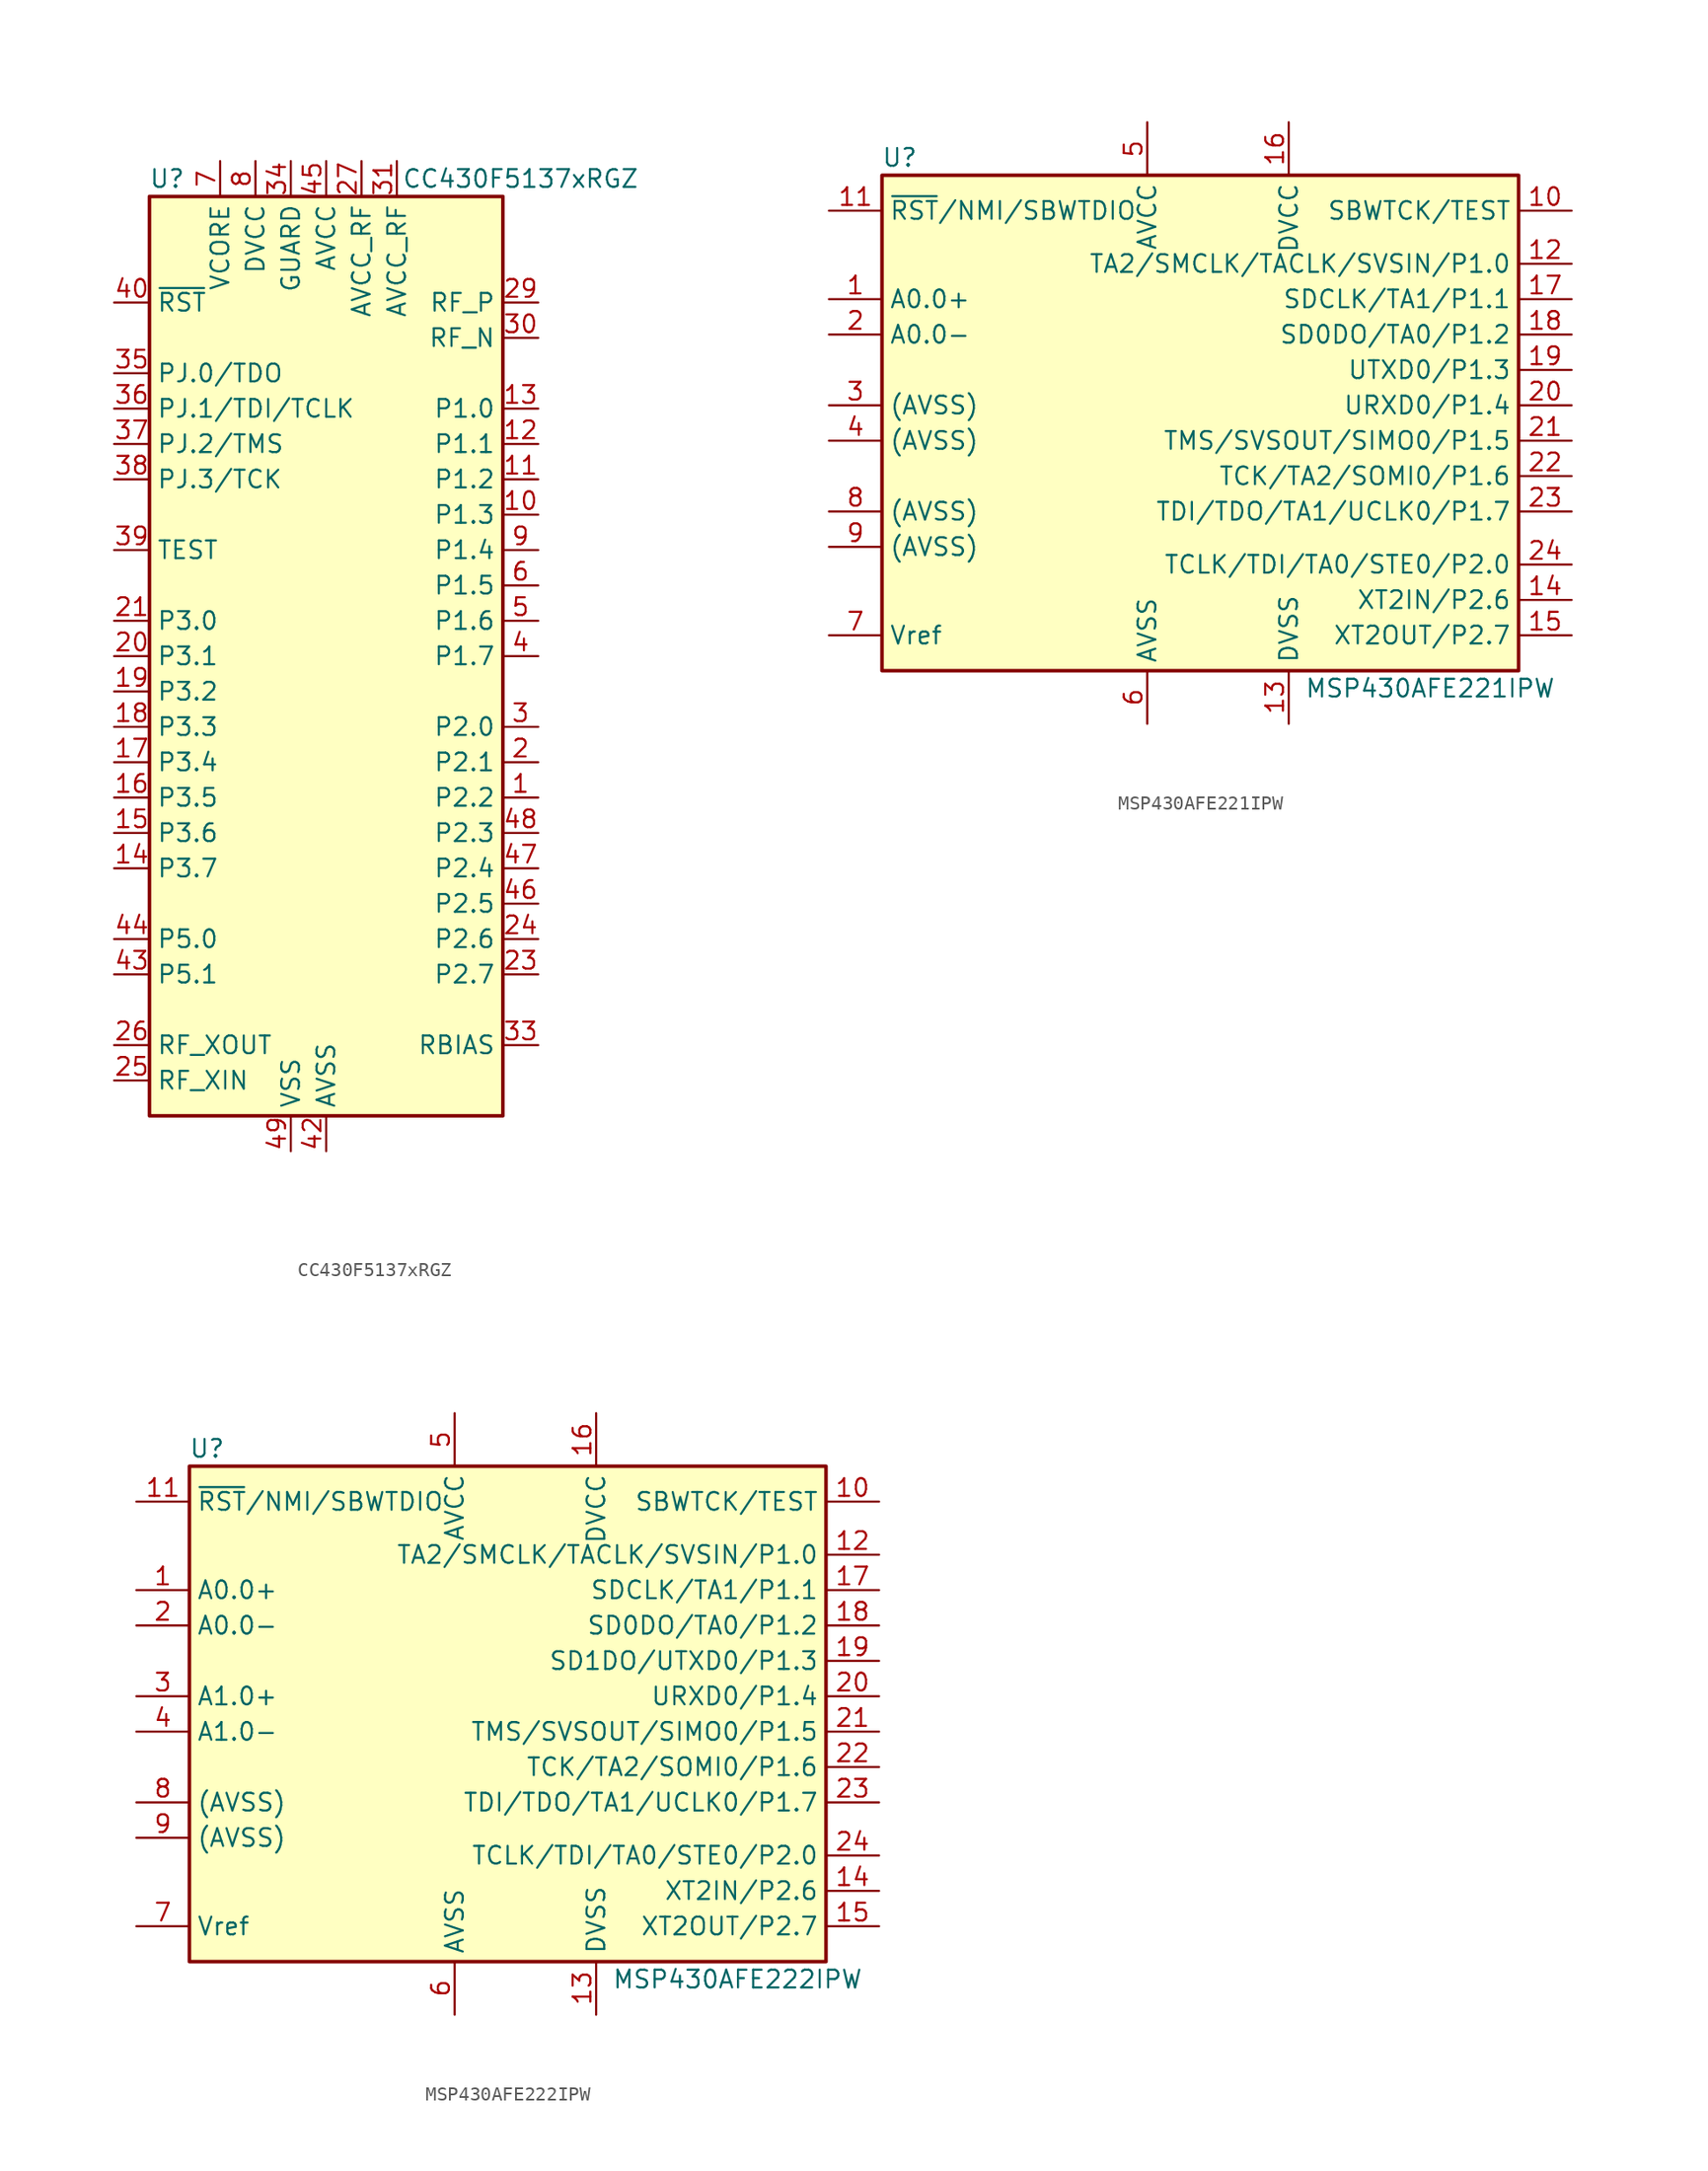
<source format=kicad_sym>
(kicad_symbol_lib
  (version 20241209)
  (generator "kicad_symbol_editor")
  (generator_version "9.0")
  (symbol "CC430F5137xRGZ"
    (property "Reference" "U"
      (at -11.43 34.29 0)
      (effects (font (size 1.27 1.27))))
    (property "Value" "CC430F5137xRGZ"
      (at 13.97 34.29 0)
      (effects (font (size 1.27 1.27))))
    (symbol "CC430F5137xRGZ_0_1"
      (rectangle (start -12.7 33.02) (end 12.7 -33.02) (stroke (width 0.254) (type default)) (fill (type background))))
    (symbol "CC430F5137xRGZ_1_1"
      (pin input line (at -15.24 25.4 0) (length 2.54) (name "~{RST}" (effects (font (size 1.27 1.27)))) (number "40" (effects (font (size 1.27 1.27)))))
      (pin bidirectional line (at -15.24 20.32 0) (length 2.54) (name "PJ.0/TDO" (effects (font (size 1.27 1.27)))) (number "35" (effects (font (size 1.27 1.27)))))
      (pin bidirectional line (at -15.24 17.78 0) (length 2.54) (name "PJ.1/TDI/TCLK" (effects (font (size 1.27 1.27)))) (number "36" (effects (font (size 1.27 1.27)))))
      (pin bidirectional line (at -15.24 15.24 0) (length 2.54) (name "PJ.2/TMS" (effects (font (size 1.27 1.27)))) (number "37" (effects (font (size 1.27 1.27)))))
      (pin bidirectional line (at -15.24 12.7 0) (length 2.54) (name "PJ.3/TCK" (effects (font (size 1.27 1.27)))) (number "38" (effects (font (size 1.27 1.27)))))
      (pin bidirectional line (at -15.24 7.62 0) (length 2.54) (name "TEST" (effects (font (size 1.27 1.27)))) (number "39" (effects (font (size 1.27 1.27)))))
      (pin bidirectional line (at -15.24 2.54 0) (length 2.54) (name "P3.0" (effects (font (size 1.27 1.27)))) (number "21" (effects (font (size 1.27 1.27)))))
      (pin bidirectional line (at -15.24 0 0) (length 2.54) (name "P3.1" (effects (font (size 1.27 1.27)))) (number "20" (effects (font (size 1.27 1.27)))))
      (pin bidirectional line (at -15.24 -2.54 0) (length 2.54) (name "P3.2" (effects (font (size 1.27 1.27)))) (number "19" (effects (font (size 1.27 1.27)))))
      (pin bidirectional line (at -15.24 -5.08 0) (length 2.54) (name "P3.3" (effects (font (size 1.27 1.27)))) (number "18" (effects (font (size 1.27 1.27)))))
      (pin bidirectional line (at -15.24 -7.62 0) (length 2.54) (name "P3.4" (effects (font (size 1.27 1.27)))) (number "17" (effects (font (size 1.27 1.27)))))
      (pin bidirectional line (at -15.24 -10.16 0) (length 2.54) (name "P3.5" (effects (font (size 1.27 1.27)))) (number "16" (effects (font (size 1.27 1.27)))))
      (pin bidirectional line (at -15.24 -12.7 0) (length 2.54) (name "P3.6" (effects (font (size 1.27 1.27)))) (number "15" (effects (font (size 1.27 1.27)))))
      (pin bidirectional line (at -15.24 -15.24 0) (length 2.54) (name "P3.7" (effects (font (size 1.27 1.27)))) (number "14" (effects (font (size 1.27 1.27)))))
      (pin bidirectional line (at -15.24 -20.32 0) (length 2.54) (name "P5.0" (effects (font (size 1.27 1.27)))) (number "44" (effects (font (size 1.27 1.27)))))
      (pin bidirectional line (at -15.24 -22.86 0) (length 2.54) (name "P5.1" (effects (font (size 1.27 1.27)))) (number "43" (effects (font (size 1.27 1.27)))))
      (pin output line (at -15.24 -27.94 0) (length 2.54) (name "RF_XOUT" (effects (font (size 1.27 1.27)))) (number "26" (effects (font (size 1.27 1.27)))))
      (pin input line (at -15.24 -30.48 0) (length 2.54) (name "RF_XIN" (effects (font (size 1.27 1.27)))) (number "25" (effects (font (size 1.27 1.27)))))
      (pin power_in line (at -7.62 35.56 270) (length 2.54) (name "VCORE" (effects (font (size 1.27 1.27)))) (number "7" (effects (font (size 1.27 1.27)))))
      (pin passive line (at -5.08 35.56 270) (length 2.54) (hide yes) (name "DVCC" (effects (font (size 1.27 1.27)))) (number "22" (effects (font (size 1.27 1.27)))))
      (pin passive line (at -5.08 35.56 270) (length 2.54) (hide yes) (name "DVCC" (effects (font (size 1.27 1.27)))) (number "41" (effects (font (size 1.27 1.27)))))
      (pin power_in line (at -5.08 35.56 270) (length 2.54) (name "DVCC" (effects (font (size 1.27 1.27)))) (number "8" (effects (font (size 1.27 1.27)))))
      (pin power_in line (at -2.54 35.56 270) (length 2.54) (name "GUARD" (effects (font (size 1.27 1.27)))) (number "34" (effects (font (size 1.27 1.27)))))
      (pin power_in line (at -2.54 -35.56 90) (length 2.54) (name "VSS" (effects (font (size 1.27 1.27)))) (number "49" (effects (font (size 1.27 1.27)))))
      (pin power_in line (at 0 35.56 270) (length 2.54) (name "AVCC" (effects (font (size 1.27 1.27)))) (number "45" (effects (font (size 1.27 1.27)))))
      (pin power_in line (at 0 -35.56 90) (length 2.54) (name "AVSS" (effects (font (size 1.27 1.27)))) (number "42" (effects (font (size 1.27 1.27)))))
      (pin power_in line (at 2.54 35.56 270) (length 2.54) (name "AVCC_RF" (effects (font (size 1.27 1.27)))) (number "27" (effects (font (size 1.27 1.27)))))
      (pin passive line (at 2.54 35.56 270) (length 2.54) (hide yes) (name "AVCC_RF" (effects (font (size 1.27 1.27)))) (number "28" (effects (font (size 1.27 1.27)))))
      (pin power_in line (at 5.08 35.56 270) (length 2.54) (name "AVCC_RF" (effects (font (size 1.27 1.27)))) (number "31" (effects (font (size 1.27 1.27)))))
      (pin passive line (at 5.08 35.56 270) (length 2.54) (hide yes) (name "AVCC_RF" (effects (font (size 1.27 1.27)))) (number "32" (effects (font (size 1.27 1.27)))))
      (pin passive line (at 15.24 25.4 180) (length 2.54) (name "RF_P" (effects (font (size 1.27 1.27)))) (number "29" (effects (font (size 1.27 1.27)))))
      (pin passive line (at 15.24 22.86 180) (length 2.54) (name "RF_N" (effects (font (size 1.27 1.27)))) (number "30" (effects (font (size 1.27 1.27)))))
      (pin bidirectional line (at 15.24 17.78 180) (length 2.54) (name "P1.0" (effects (font (size 1.27 1.27)))) (number "13" (effects (font (size 1.27 1.27)))))
      (pin bidirectional line (at 15.24 15.24 180) (length 2.54) (name "P1.1" (effects (font (size 1.27 1.27)))) (number "12" (effects (font (size 1.27 1.27)))))
      (pin bidirectional line (at 15.24 12.7 180) (length 2.54) (name "P1.2" (effects (font (size 1.27 1.27)))) (number "11" (effects (font (size 1.27 1.27)))))
      (pin bidirectional line (at 15.24 10.16 180) (length 2.54) (name "P1.3" (effects (font (size 1.27 1.27)))) (number "10" (effects (font (size 1.27 1.27)))))
      (pin bidirectional line (at 15.24 7.62 180) (length 2.54) (name "P1.4" (effects (font (size 1.27 1.27)))) (number "9" (effects (font (size 1.27 1.27)))))
      (pin bidirectional line (at 15.24 5.08 180) (length 2.54) (name "P1.5" (effects (font (size 1.27 1.27)))) (number "6" (effects (font (size 1.27 1.27)))))
      (pin bidirectional line (at 15.24 2.54 180) (length 2.54) (name "P1.6" (effects (font (size 1.27 1.27)))) (number "5" (effects (font (size 1.27 1.27)))))
      (pin bidirectional line (at 15.24 0 180) (length 2.54) (name "P1.7" (effects (font (size 1.27 1.27)))) (number "4" (effects (font (size 1.27 1.27)))))
      (pin bidirectional line (at 15.24 -5.08 180) (length 2.54) (name "P2.0" (effects (font (size 1.27 1.27)))) (number "3" (effects (font (size 1.27 1.27)))))
      (pin bidirectional line (at 15.24 -7.62 180) (length 2.54) (name "P2.1" (effects (font (size 1.27 1.27)))) (number "2" (effects (font (size 1.27 1.27)))))
      (pin bidirectional line (at 15.24 -10.16 180) (length 2.54) (name "P2.2" (effects (font (size 1.27 1.27)))) (number "1" (effects (font (size 1.27 1.27)))))
      (pin bidirectional line (at 15.24 -12.7 180) (length 2.54) (name "P2.3" (effects (font (size 1.27 1.27)))) (number "48" (effects (font (size 1.27 1.27)))))
      (pin bidirectional line (at 15.24 -15.24 180) (length 2.54) (name "P2.4" (effects (font (size 1.27 1.27)))) (number "47" (effects (font (size 1.27 1.27)))))
      (pin bidirectional line (at 15.24 -17.78 180) (length 2.54) (name "P2.5" (effects (font (size 1.27 1.27)))) (number "46" (effects (font (size 1.27 1.27)))))
      (pin bidirectional line (at 15.24 -20.32 180) (length 2.54) (name "P2.6" (effects (font (size 1.27 1.27)))) (number "24" (effects (font (size 1.27 1.27)))))
      (pin bidirectional line (at 15.24 -22.86 180) (length 2.54) (name "P2.7" (effects (font (size 1.27 1.27)))) (number "23" (effects (font (size 1.27 1.27)))))
      (pin passive line (at 15.24 -27.94 180) (length 2.54) (name "RBIAS" (effects (font (size 1.27 1.27)))) (number "33" (effects (font (size 1.27 1.27)))))))
  (symbol "MSP430AFE221IPW"
    (property "Reference" "U"
      (at -22.86 19.05 0)
      (effects (font (size 1.27 1.27))))
    (property "Value" "MSP430AFE221IPW"
      (at 15.24 -19.05 0)
      (effects (font (size 1.27 1.27))))
    (symbol "MSP430AFE221IPW_0_1"
      (rectangle (start -24.13 17.78) (end 21.59 -17.78) (stroke (width 0.254) (type default)) (fill (type background))))
    (symbol "MSP430AFE221IPW_1_1"
      (pin input line (at -27.94 15.24 0) (length 3.81) (name "~{RST}/NMI/SBWTDIO" (effects (font (size 1.27 1.27)))) (number "11" (effects (font (size 1.27 1.27)))))
      (pin passive line (at -27.94 8.89 0) (length 3.81) (name "A0.0+" (effects (font (size 1.27 1.27)))) (number "1" (effects (font (size 1.27 1.27)))))
      (pin passive line (at -27.94 6.35 0) (length 3.81) (name "A0.0-" (effects (font (size 1.27 1.27)))) (number "2" (effects (font (size 1.27 1.27)))))
      (pin passive line (at -27.94 1.27 0) (length 3.81) (name "(AVSS)" (effects (font (size 1.27 1.27)))) (number "3" (effects (font (size 1.27 1.27)))))
      (pin passive line (at -27.94 -1.27 0) (length 3.81) (name "(AVSS)" (effects (font (size 1.27 1.27)))) (number "4" (effects (font (size 1.27 1.27)))))
      (pin passive line (at -27.94 -6.35 0) (length 3.81) (name "(AVSS)" (effects (font (size 1.27 1.27)))) (number "8" (effects (font (size 1.27 1.27)))))
      (pin passive line (at -27.94 -8.89 0) (length 3.81) (name "(AVSS)" (effects (font (size 1.27 1.27)))) (number "9" (effects (font (size 1.27 1.27)))))
      (pin passive line (at -27.94 -15.24 0) (length 3.81) (name "Vref" (effects (font (size 1.27 1.27)))) (number "7" (effects (font (size 1.27 1.27)))))
      (pin power_in line (at -5.08 21.59 270) (length 3.81) (name "AVCC" (effects (font (size 1.27 1.27)))) (number "5" (effects (font (size 1.27 1.27)))))
      (pin power_in line (at -5.08 -21.59 90) (length 3.81) (name "AVSS" (effects (font (size 1.27 1.27)))) (number "6" (effects (font (size 1.27 1.27)))))
      (pin power_in line (at 5.08 21.59 270) (length 3.81) (name "DVCC" (effects (font (size 1.27 1.27)))) (number "16" (effects (font (size 1.27 1.27)))))
      (pin power_in line (at 5.08 -21.59 90) (length 3.81) (name "DVSS" (effects (font (size 1.27 1.27)))) (number "13" (effects (font (size 1.27 1.27)))))
      (pin input line (at 25.4 15.24 180) (length 3.81) (name "SBWTCK/TEST" (effects (font (size 1.27 1.27)))) (number "10" (effects (font (size 1.27 1.27)))))
      (pin bidirectional line (at 25.4 11.43 180) (length 3.81) (name "TA2/SMCLK/TACLK/SVSIN/P1.0" (effects (font (size 1.27 1.27)))) (number "12" (effects (font (size 1.27 1.27)))))
      (pin bidirectional line (at 25.4 8.89 180) (length 3.81) (name "SDCLK/TA1/P1.1" (effects (font (size 1.27 1.27)))) (number "17" (effects (font (size 1.27 1.27)))))
      (pin bidirectional line (at 25.4 6.35 180) (length 3.81) (name "SD0DO/TA0/P1.2" (effects (font (size 1.27 1.27)))) (number "18" (effects (font (size 1.27 1.27)))))
      (pin bidirectional line (at 25.4 3.81 180) (length 3.81) (name "UTXD0/P1.3" (effects (font (size 1.27 1.27)))) (number "19" (effects (font (size 1.27 1.27)))))
      (pin bidirectional line (at 25.4 1.27 180) (length 3.81) (name "URXD0/P1.4" (effects (font (size 1.27 1.27)))) (number "20" (effects (font (size 1.27 1.27)))))
      (pin bidirectional line (at 25.4 -1.27 180) (length 3.81) (name "TMS/SVSOUT/SIMO0/P1.5" (effects (font (size 1.27 1.27)))) (number "21" (effects (font (size 1.27 1.27)))))
      (pin bidirectional line (at 25.4 -3.81 180) (length 3.81) (name "TCK/TA2/SOMI0/P1.6" (effects (font (size 1.27 1.27)))) (number "22" (effects (font (size 1.27 1.27)))))
      (pin bidirectional line (at 25.4 -6.35 180) (length 3.81) (name "TDI/TDO/TA1/UCLK0/P1.7" (effects (font (size 1.27 1.27)))) (number "23" (effects (font (size 1.27 1.27)))))
      (pin bidirectional line (at 25.4 -10.16 180) (length 3.81) (name "TCLK/TDI/TA0/STE0/P2.0" (effects (font (size 1.27 1.27)))) (number "24" (effects (font (size 1.27 1.27)))))
      (pin bidirectional line (at 25.4 -12.7 180) (length 3.81) (name "XT2IN/P2.6" (effects (font (size 1.27 1.27)))) (number "14" (effects (font (size 1.27 1.27)))))
      (pin bidirectional line (at 25.4 -15.24 180) (length 3.81) (name "XT2OUT/P2.7" (effects (font (size 1.27 1.27)))) (number "15" (effects (font (size 1.27 1.27)))))))
  (symbol "MSP430AFE222IPW"
    (property "Reference" "U"
      (at -22.86 19.05 0)
      (effects (font (size 1.27 1.27))))
    (property "Value" "MSP430AFE222IPW"
      (at 15.24 -19.05 0)
      (effects (font (size 1.27 1.27))))
    (symbol "MSP430AFE222IPW_0_1"
      (rectangle (start -24.13 17.78) (end 21.59 -17.78) (stroke (width 0.254) (type default)) (fill (type background))))
    (symbol "MSP430AFE222IPW_1_1"
      (pin input line (at -27.94 15.24 0) (length 3.81) (name "~{RST}/NMI/SBWTDIO" (effects (font (size 1.27 1.27)))) (number "11" (effects (font (size 1.27 1.27)))))
      (pin passive line (at -27.94 8.89 0) (length 3.81) (name "A0.0+" (effects (font (size 1.27 1.27)))) (number "1" (effects (font (size 1.27 1.27)))))
      (pin passive line (at -27.94 6.35 0) (length 3.81) (name "A0.0-" (effects (font (size 1.27 1.27)))) (number "2" (effects (font (size 1.27 1.27)))))
      (pin passive line (at -27.94 1.27 0) (length 3.81) (name "A1.0+" (effects (font (size 1.27 1.27)))) (number "3" (effects (font (size 1.27 1.27)))))
      (pin passive line (at -27.94 -1.27 0) (length 3.81) (name "A1.0-" (effects (font (size 1.27 1.27)))) (number "4" (effects (font (size 1.27 1.27)))))
      (pin passive line (at -27.94 -6.35 0) (length 3.81) (name "(AVSS)" (effects (font (size 1.27 1.27)))) (number "8" (effects (font (size 1.27 1.27)))))
      (pin passive line (at -27.94 -8.89 0) (length 3.81) (name "(AVSS)" (effects (font (size 1.27 1.27)))) (number "9" (effects (font (size 1.27 1.27)))))
      (pin passive line (at -27.94 -15.24 0) (length 3.81) (name "Vref" (effects (font (size 1.27 1.27)))) (number "7" (effects (font (size 1.27 1.27)))))
      (pin power_in line (at -5.08 21.59 270) (length 3.81) (name "AVCC" (effects (font (size 1.27 1.27)))) (number "5" (effects (font (size 1.27 1.27)))))
      (pin power_in line (at -5.08 -21.59 90) (length 3.81) (name "AVSS" (effects (font (size 1.27 1.27)))) (number "6" (effects (font (size 1.27 1.27)))))
      (pin power_in line (at 5.08 21.59 270) (length 3.81) (name "DVCC" (effects (font (size 1.27 1.27)))) (number "16" (effects (font (size 1.27 1.27)))))
      (pin power_in line (at 5.08 -21.59 90) (length 3.81) (name "DVSS" (effects (font (size 1.27 1.27)))) (number "13" (effects (font (size 1.27 1.27)))))
      (pin input line (at 25.4 15.24 180) (length 3.81) (name "SBWTCK/TEST" (effects (font (size 1.27 1.27)))) (number "10" (effects (font (size 1.27 1.27)))))
      (pin bidirectional line (at 25.4 11.43 180) (length 3.81) (name "TA2/SMCLK/TACLK/SVSIN/P1.0" (effects (font (size 1.27 1.27)))) (number "12" (effects (font (size 1.27 1.27)))))
      (pin bidirectional line (at 25.4 8.89 180) (length 3.81) (name "SDCLK/TA1/P1.1" (effects (font (size 1.27 1.27)))) (number "17" (effects (font (size 1.27 1.27)))))
      (pin bidirectional line (at 25.4 6.35 180) (length 3.81) (name "SD0DO/TA0/P1.2" (effects (font (size 1.27 1.27)))) (number "18" (effects (font (size 1.27 1.27)))))
      (pin bidirectional line (at 25.4 3.81 180) (length 3.81) (name "SD1DO/UTXD0/P1.3" (effects (font (size 1.27 1.27)))) (number "19" (effects (font (size 1.27 1.27)))))
      (pin bidirectional line (at 25.4 1.27 180) (length 3.81) (name "URXD0/P1.4" (effects (font (size 1.27 1.27)))) (number "20" (effects (font (size 1.27 1.27)))))
      (pin bidirectional line (at 25.4 -1.27 180) (length 3.81) (name "TMS/SVSOUT/SIMO0/P1.5" (effects (font (size 1.27 1.27)))) (number "21" (effects (font (size 1.27 1.27)))))
      (pin bidirectional line (at 25.4 -3.81 180) (length 3.81) (name "TCK/TA2/SOMI0/P1.6" (effects (font (size 1.27 1.27)))) (number "22" (effects (font (size 1.27 1.27)))))
      (pin bidirectional line (at 25.4 -6.35 180) (length 3.81) (name "TDI/TDO/TA1/UCLK0/P1.7" (effects (font (size 1.27 1.27)))) (number "23" (effects (font (size 1.27 1.27)))))
      (pin bidirectional line (at 25.4 -10.16 180) (length 3.81) (name "TCLK/TDI/TA0/STE0/P2.0" (effects (font (size 1.27 1.27)))) (number "24" (effects (font (size 1.27 1.27)))))
      (pin bidirectional line (at 25.4 -12.7 180) (length 3.81) (name "XT2IN/P2.6" (effects (font (size 1.27 1.27)))) (number "14" (effects (font (size 1.27 1.27)))))
      (pin bidirectional line (at 25.4 -15.24 180) (length 3.81) (name "XT2OUT/P2.7" (effects (font (size 1.27 1.27)))) (number "15" (effects (font (size 1.27 1.27))))))))
</source>
